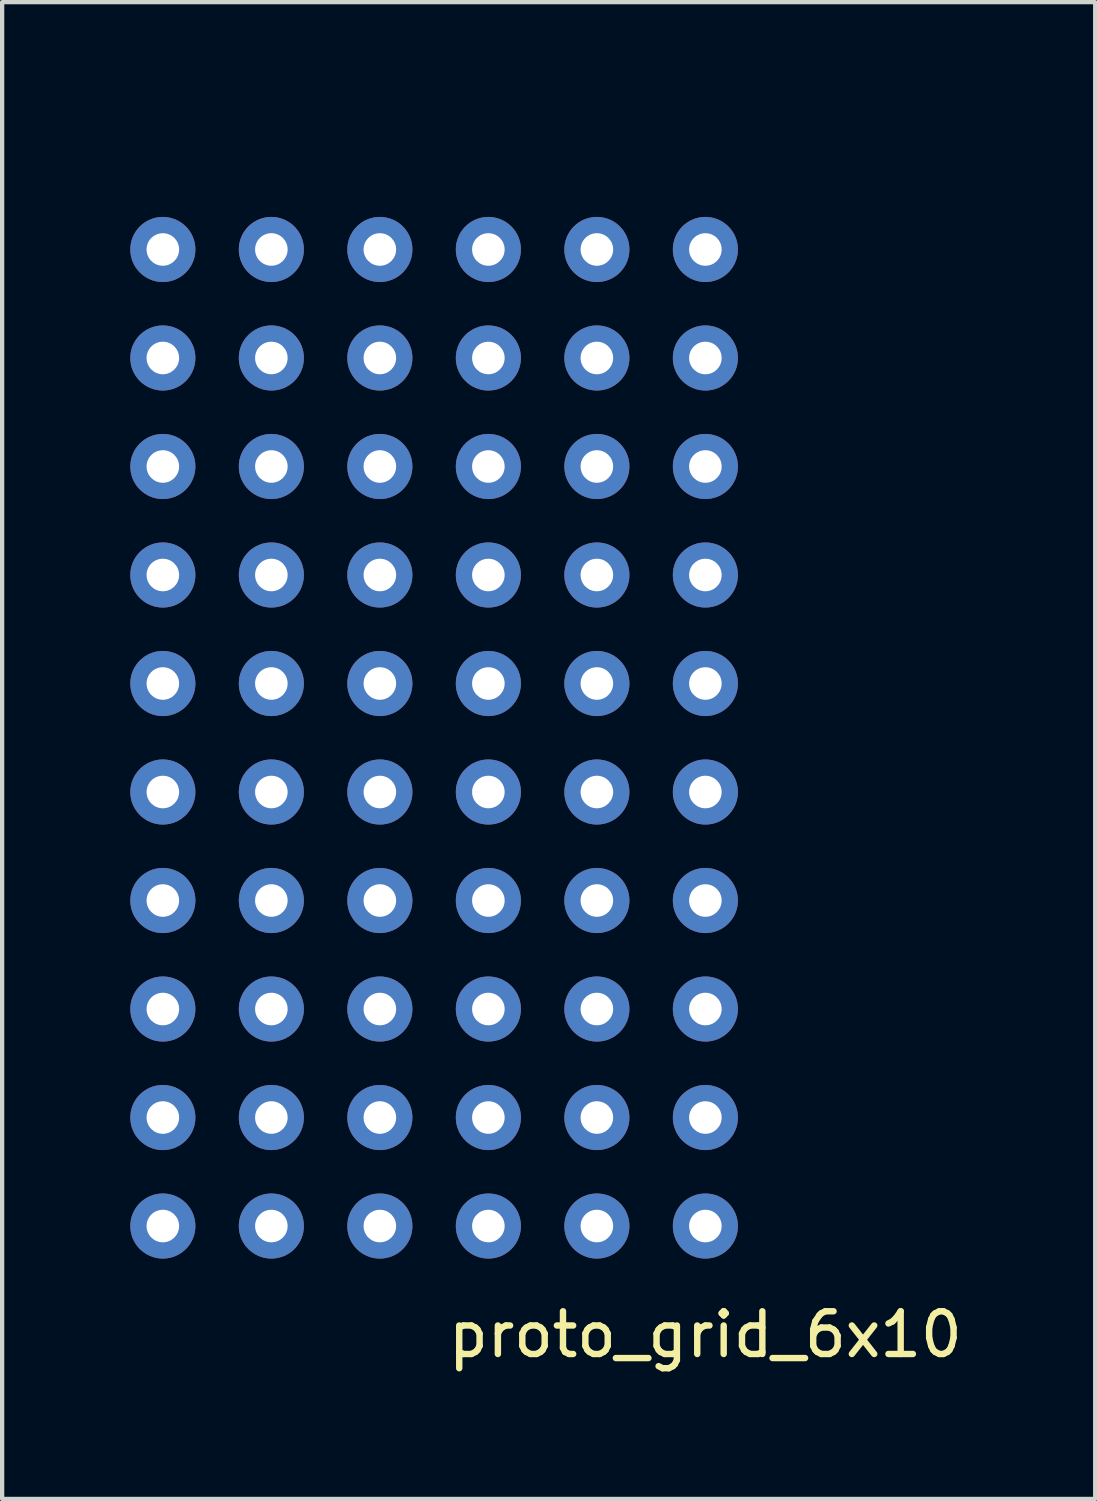
<source format=kicad_pcb>
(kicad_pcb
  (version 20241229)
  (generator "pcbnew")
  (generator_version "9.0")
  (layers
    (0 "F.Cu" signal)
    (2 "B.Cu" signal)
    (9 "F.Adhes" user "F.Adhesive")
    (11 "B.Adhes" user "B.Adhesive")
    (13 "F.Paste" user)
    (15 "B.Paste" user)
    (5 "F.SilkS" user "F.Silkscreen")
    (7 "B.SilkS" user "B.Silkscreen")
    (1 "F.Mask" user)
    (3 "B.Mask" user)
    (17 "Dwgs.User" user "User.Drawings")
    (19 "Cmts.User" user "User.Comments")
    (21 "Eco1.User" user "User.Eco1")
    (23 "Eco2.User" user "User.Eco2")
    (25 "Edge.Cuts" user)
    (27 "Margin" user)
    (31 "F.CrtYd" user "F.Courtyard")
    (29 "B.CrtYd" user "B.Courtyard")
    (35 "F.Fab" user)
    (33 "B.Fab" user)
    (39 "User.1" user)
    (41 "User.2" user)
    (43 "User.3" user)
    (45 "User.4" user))
  (footprint "proto_grid_6x10"
    (layer "F.Cu")
    (at 5.08 0.25)
    (property "Reference" "proto_grid_6x10" (at 8.382 27.94 0) (layer "F.SilkS") (effects (font (size 1 1) (thickness 0.15))))
    (attr through_hole)
    (pad "1" thru_hole circle (at -4.318 2.54) (size 1.524 1.524) (drill 0.762) (layers "*.Cu" "*.Mask"))
    (pad "12" thru_hole circle (at -4.318 5.08) (size 1.524 1.524) (drill 0.762) (layers "*.Cu" "*.Mask"))
    (pad "13" thru_hole circle (at -4.318 7.62) (size 1.524 1.524) (drill 0.762) (layers "*.Cu" "*.Mask"))
    (pad "14" thru_hole circle (at -4.318 10.16) (size 1.524 1.524) (drill 0.762) (layers "*.Cu" "*.Mask"))
    (pad "15" thru_hole circle (at -4.318 12.7) (size 1.524 1.524) (drill 0.762) (layers "*.Cu" "*.Mask"))
    (pad "16" thru_hole circle (at -4.318 15.24) (size 1.524 1.524) (drill 0.762) (layers "*.Cu" "*.Mask"))
    (pad "17" thru_hole circle (at -4.318 17.78) (size 1.524 1.524) (drill 0.762) (layers "*.Cu" "*.Mask"))
    (pad "18" thru_hole circle (at -4.318 20.32) (size 1.524 1.524) (drill 0.762) (layers "*.Cu" "*.Mask"))
    (pad "19" thru_hole circle (at -4.318 22.86) (size 1.524 1.524) (drill 0.762) (layers "*.Cu" "*.Mask"))
    (pad "21" thru_hole circle (at -1.778 2.54) (size 1.524 1.524) (drill 0.762) (layers "*.Cu" "*.Mask"))
    (pad "22" thru_hole circle (at -1.778 5.08) (size 1.524 1.524) (drill 0.762) (layers "*.Cu" "*.Mask"))
    (pad "23" thru_hole circle (at -1.778 7.62) (size 1.524 1.524) (drill 0.762) (layers "*.Cu" "*.Mask"))
    (pad "24" thru_hole circle (at -1.778 10.16) (size 1.524 1.524) (drill 0.762) (layers "*.Cu" "*.Mask"))
    (pad "25" thru_hole circle (at -1.778 12.7) (size 1.524 1.524) (drill 0.762) (layers "*.Cu" "*.Mask"))
    (pad "26" thru_hole circle (at -1.778 15.24) (size 1.524 1.524) (drill 0.762) (layers "*.Cu" "*.Mask"))
    (pad "27" thru_hole circle (at -1.778 17.78) (size 1.524 1.524) (drill 0.762) (layers "*.Cu" "*.Mask"))
    (pad "28" thru_hole circle (at -1.778 20.32) (size 1.524 1.524) (drill 0.762) (layers "*.Cu" "*.Mask"))
    (pad "29" thru_hole circle (at -1.778 22.86) (size 1.524 1.524) (drill 0.762) (layers "*.Cu" "*.Mask"))
    (pad "31" thru_hole circle (at 0.762 2.54) (size 1.524 1.524) (drill 0.762) (layers "*.Cu" "*.Mask"))
    (pad "32" thru_hole circle (at 0.762 5.08) (size 1.524 1.524) (drill 0.762) (layers "*.Cu" "*.Mask"))
    (pad "33" thru_hole circle (at 0.762 7.62) (size 1.524 1.524) (drill 0.762) (layers "*.Cu" "*.Mask"))
    (pad "34" thru_hole circle (at 0.762 10.16) (size 1.524 1.524) (drill 0.762) (layers "*.Cu" "*.Mask"))
    (pad "35" thru_hole circle (at 0.762 12.7) (size 1.524 1.524) (drill 0.762) (layers "*.Cu" "*.Mask"))
    (pad "36" thru_hole circle (at 0.762 15.24) (size 1.524 1.524) (drill 0.762) (layers "*.Cu" "*.Mask"))
    (pad "37" thru_hole circle (at 0.762 17.78) (size 1.524 1.524) (drill 0.762) (layers "*.Cu" "*.Mask"))
    (pad "38" thru_hole circle (at 0.762 20.32) (size 1.524 1.524) (drill 0.762) (layers "*.Cu" "*.Mask"))
    (pad "39" thru_hole circle (at 0.762 22.86) (size 1.524 1.524) (drill 0.762) (layers "*.Cu" "*.Mask"))
    (pad "41" thru_hole circle (at 3.302 2.54) (size 1.524 1.524) (drill 0.762) (layers "*.Cu" "*.Mask"))
    (pad "42" thru_hole circle (at 3.302 5.08) (size 1.524 1.524) (drill 0.762) (layers "*.Cu" "*.Mask"))
    (pad "43" thru_hole circle (at 3.302 7.62) (size 1.524 1.524) (drill 0.762) (layers "*.Cu" "*.Mask"))
    (pad "44" thru_hole circle (at 3.302 10.16) (size 1.524 1.524) (drill 0.762) (layers "*.Cu" "*.Mask"))
    (pad "45" thru_hole circle (at 3.302 12.7) (size 1.524 1.524) (drill 0.762) (layers "*.Cu" "*.Mask"))
    (pad "46" thru_hole circle (at 3.302 15.24) (size 1.524 1.524) (drill 0.762) (layers "*.Cu" "*.Mask"))
    (pad "47" thru_hole circle (at 3.302 17.78) (size 1.524 1.524) (drill 0.762) (layers "*.Cu" "*.Mask"))
    (pad "48" thru_hole circle (at 3.302 20.32) (size 1.524 1.524) (drill 0.762) (layers "*.Cu" "*.Mask"))
    (pad "49" thru_hole circle (at 3.302 22.86) (size 1.524 1.524) (drill 0.762) (layers "*.Cu" "*.Mask"))
    (pad "51" thru_hole circle (at 5.842 2.54) (size 1.524 1.524) (drill 0.762) (layers "*.Cu" "*.Mask"))
    (pad "52" thru_hole circle (at 5.842 5.08) (size 1.524 1.524) (drill 0.762) (layers "*.Cu" "*.Mask"))
    (pad "53" thru_hole circle (at 5.842 7.62) (size 1.524 1.524) (drill 0.762) (layers "*.Cu" "*.Mask"))
    (pad "54" thru_hole circle (at 5.842 10.16) (size 1.524 1.524) (drill 0.762) (layers "*.Cu" "*.Mask"))
    (pad "55" thru_hole circle (at 5.842 12.7) (size 1.524 1.524) (drill 0.762) (layers "*.Cu" "*.Mask"))
    (pad "56" thru_hole circle (at 5.842 15.24) (size 1.524 1.524) (drill 0.762) (layers "*.Cu" "*.Mask"))
    (pad "57" thru_hole circle (at 5.842 17.78) (size 1.524 1.524) (drill 0.762) (layers "*.Cu" "*.Mask"))
    (pad "58" thru_hole circle (at 5.842 20.32) (size 1.524 1.524) (drill 0.762) (layers "*.Cu" "*.Mask"))
    (pad "59" thru_hole circle (at 5.842 22.86) (size 1.524 1.524) (drill 0.762) (layers "*.Cu" "*.Mask"))
    (pad "61" thru_hole circle (at 8.382 2.54) (size 1.524 1.524) (drill 0.762) (layers "*.Cu" "*.Mask"))
    (pad "62" thru_hole circle (at 8.382 5.08) (size 1.524 1.524) (drill 0.762) (layers "*.Cu" "*.Mask"))
    (pad "63" thru_hole circle (at 8.382 7.62) (size 1.524 1.524) (drill 0.762) (layers "*.Cu" "*.Mask"))
    (pad "64" thru_hole circle (at 8.382 10.16) (size 1.524 1.524) (drill 0.762) (layers "*.Cu" "*.Mask"))
    (pad "65" thru_hole circle (at 8.382 12.7) (size 1.524 1.524) (drill 0.762) (layers "*.Cu" "*.Mask"))
    (pad "66" thru_hole circle (at 8.382 15.24) (size 1.524 1.524) (drill 0.762) (layers "*.Cu" "*.Mask"))
    (pad "67" thru_hole circle (at 8.382 17.78) (size 1.524 1.524) (drill 0.762) (layers "*.Cu" "*.Mask"))
    (pad "68" thru_hole circle (at 8.382 20.32) (size 1.524 1.524) (drill 0.762) (layers "*.Cu" "*.Mask"))
    (pad "69" thru_hole circle (at 8.382 22.86) (size 1.524 1.524) (drill 0.762) (layers "*.Cu" "*.Mask"))
    (pad "110" thru_hole circle (at -4.318 25.4) (size 1.524 1.524) (drill 0.762) (layers "*.Cu" "*.Mask"))
    (pad "210" thru_hole circle (at -1.778 25.4) (size 1.524 1.524) (drill 0.762) (layers "*.Cu" "*.Mask"))
    (pad "310" thru_hole circle (at 0.762 25.4) (size 1.524 1.524) (drill 0.762) (layers "*.Cu" "*.Mask"))
    (pad "410" thru_hole circle (at 3.302 25.4) (size 1.524 1.524) (drill 0.762) (layers "*.Cu" "*.Mask"))
    (pad "510" thru_hole circle (at 5.842 25.4) (size 1.524 1.524) (drill 0.762) (layers "*.Cu" "*.Mask"))
    (pad "610" thru_hole circle (at 8.382 25.4) (size 1.524 1.524) (drill 0.762) (layers "*.Cu" "*.Mask")))
  (gr_rect
    (start -3 -3)
    (end 22.587 32.038)
    (stroke (width 0.1) (type default))
    (fill no)
    (layer "Edge.Cuts")))
</source>
